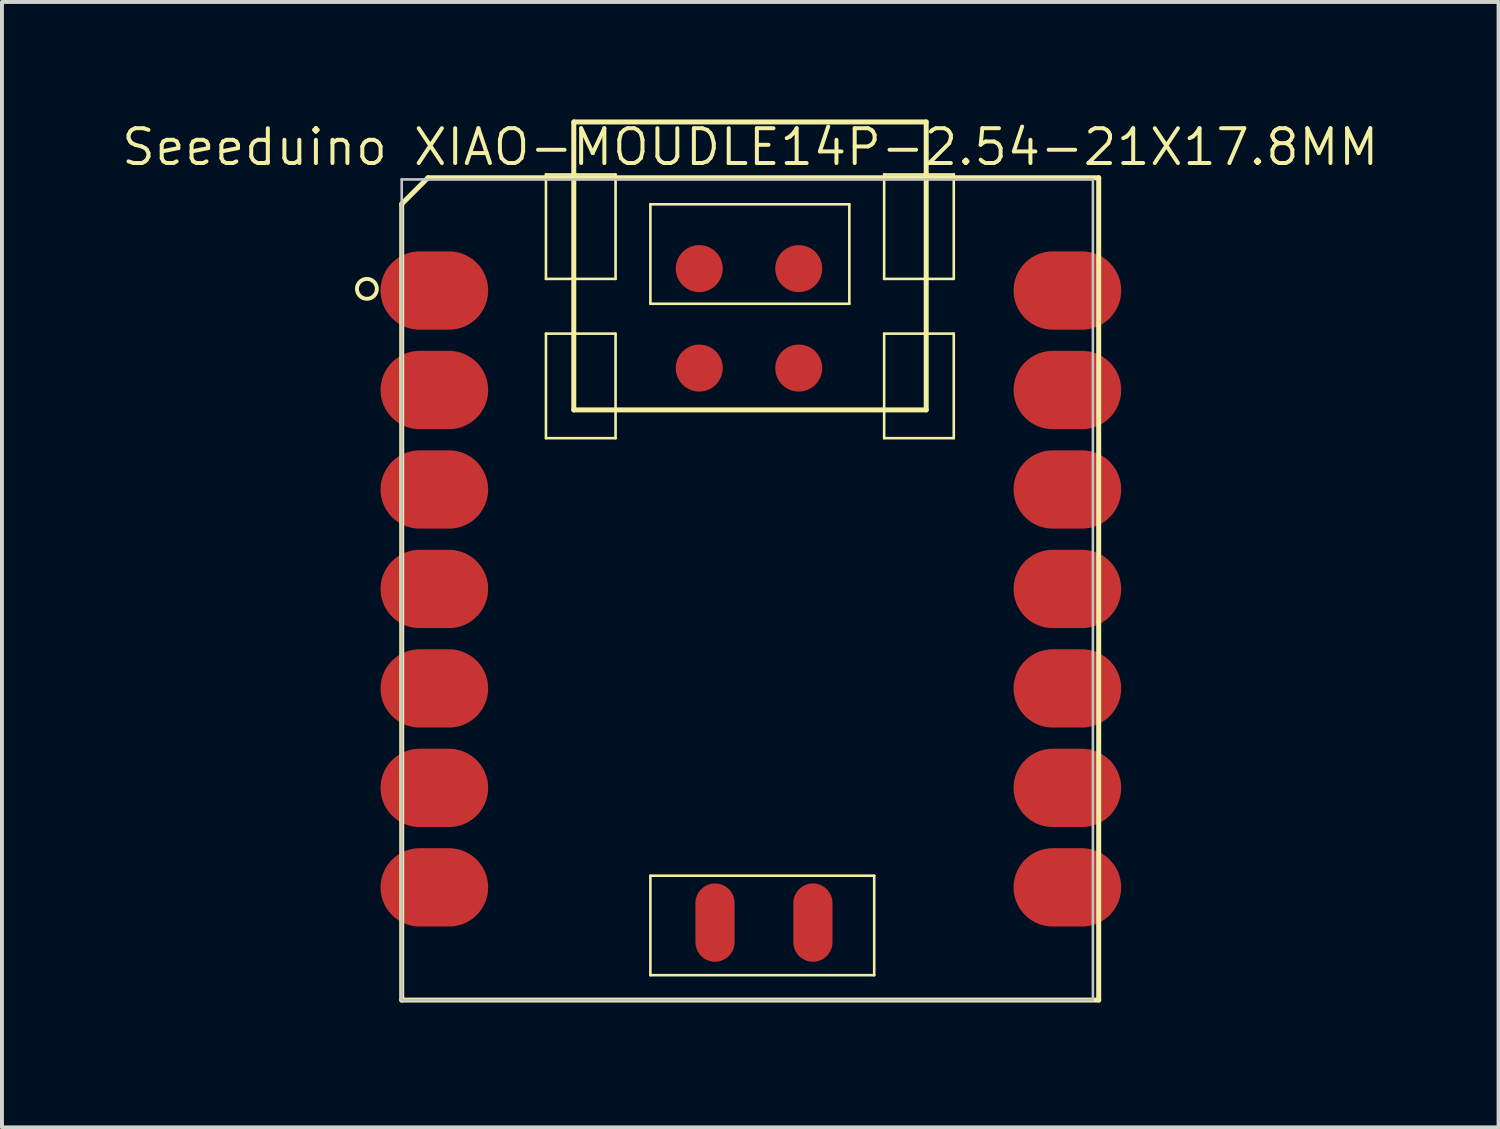
<source format=kicad_pcb>
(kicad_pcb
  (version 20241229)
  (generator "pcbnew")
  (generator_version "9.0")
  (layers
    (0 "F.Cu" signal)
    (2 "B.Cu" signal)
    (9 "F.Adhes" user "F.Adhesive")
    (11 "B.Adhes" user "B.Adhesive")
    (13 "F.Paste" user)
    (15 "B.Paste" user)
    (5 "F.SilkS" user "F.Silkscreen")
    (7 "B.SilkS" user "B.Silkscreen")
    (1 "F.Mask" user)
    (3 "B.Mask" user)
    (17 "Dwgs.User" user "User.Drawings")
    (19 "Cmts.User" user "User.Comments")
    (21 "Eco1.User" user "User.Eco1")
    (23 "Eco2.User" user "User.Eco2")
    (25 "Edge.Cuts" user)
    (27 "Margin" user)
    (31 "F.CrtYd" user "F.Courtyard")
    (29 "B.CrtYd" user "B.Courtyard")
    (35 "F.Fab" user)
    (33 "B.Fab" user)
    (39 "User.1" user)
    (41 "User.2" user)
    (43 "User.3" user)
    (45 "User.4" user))
  (footprint "Seeeduino XIAO-MOUDLE14P-2.54-21X17.8MM"
    (layer "F.Cu")
    (at 7.208 22.487)
    (property "Reference" "Seeeduino XIAO-MOUDLE14P-2.54-21X17.8MM" (at 8.9 -21.78 0) (layer "F.SilkS") (effects (font (size 0.889 0.889) (thickness 0.102))))
    (attr smd)
    (fp_line (start 0 -20.328) (end 0 0) (stroke (width 0.127) (type solid)) (layer "F.SilkS"))
    (fp_line (start 0 0) (end 17.798 0) (stroke (width 0.127) (type solid)) (layer "F.SilkS"))
    (fp_line (start 0.671 -20.998) (end 0 -20.328) (stroke (width 0.127) (type solid)) (layer "F.SilkS"))
    (fp_line (start 3.683 -21.082) (end 5.461 -21.082) (stroke (width 0.066) (type solid)) (layer "F.SilkS"))
    (fp_line (start 3.683 -18.415) (end 3.683 -21.082) (stroke (width 0.066) (type solid)) (layer "F.SilkS"))
    (fp_line (start 3.683 -18.415) (end 5.461 -18.415) (stroke (width 0.066) (type solid)) (layer "F.SilkS"))
    (fp_line (start 3.683 -17.018) (end 5.461 -17.018) (stroke (width 0.066) (type solid)) (layer "F.SilkS"))
    (fp_line (start 3.683 -14.348) (end 3.683 -17.018) (stroke (width 0.066) (type solid)) (layer "F.SilkS"))
    (fp_line (start 3.683 -14.348) (end 5.461 -14.348) (stroke (width 0.066) (type solid)) (layer "F.SilkS"))
    (fp_line (start 4.394 -15.07) (end 4.394 -22.423) (stroke (width 0.127) (type solid)) (layer "F.SilkS"))
    (fp_line (start 4.399 -22.423) (end 13.393 -22.423) (stroke (width 0.127) (type solid)) (layer "F.SilkS"))
    (fp_line (start 5.461 -18.415) (end 5.461 -21.082) (stroke (width 0.066) (type solid)) (layer "F.SilkS"))
    (fp_line (start 5.461 -14.348) (end 5.461 -17.018) (stroke (width 0.066) (type solid)) (layer "F.SilkS"))
    (fp_line (start 6.35 -20.32) (end 11.43 -20.32) (stroke (width 0.066) (type solid)) (layer "F.SilkS"))
    (fp_line (start 6.35 -17.78) (end 6.35 -20.32) (stroke (width 0.066) (type solid)) (layer "F.SilkS"))
    (fp_line (start 6.35 -17.78) (end 11.43 -17.78) (stroke (width 0.066) (type solid)) (layer "F.SilkS"))
    (fp_line (start 6.35 -3.175) (end 12.065 -3.175) (stroke (width 0.066) (type solid)) (layer "F.SilkS"))
    (fp_line (start 6.35 -0.635) (end 6.35 -3.175) (stroke (width 0.066) (type solid)) (layer "F.SilkS"))
    (fp_line (start 6.35 -0.635) (end 12.065 -0.635) (stroke (width 0.066) (type solid)) (layer "F.SilkS"))
    (fp_line (start 11.43 -17.78) (end 11.43 -20.32) (stroke (width 0.066) (type solid)) (layer "F.SilkS"))
    (fp_line (start 12.065 -0.635) (end 12.065 -3.175) (stroke (width 0.066) (type solid)) (layer "F.SilkS"))
    (fp_line (start 12.319 -21.082) (end 14.097 -21.082) (stroke (width 0.066) (type solid)) (layer "F.SilkS"))
    (fp_line (start 12.319 -18.415) (end 12.319 -21.082) (stroke (width 0.066) (type solid)) (layer "F.SilkS"))
    (fp_line (start 12.319 -18.415) (end 14.097 -18.415) (stroke (width 0.066) (type solid)) (layer "F.SilkS"))
    (fp_line (start 12.319 -17.018) (end 14.097 -17.018) (stroke (width 0.066) (type solid)) (layer "F.SilkS"))
    (fp_line (start 12.319 -14.348) (end 12.319 -17.018) (stroke (width 0.066) (type solid)) (layer "F.SilkS"))
    (fp_line (start 12.319 -14.348) (end 14.097 -14.348) (stroke (width 0.066) (type solid)) (layer "F.SilkS"))
    (fp_line (start 13.393 -22.423) (end 13.393 -15.07) (stroke (width 0.127) (type solid)) (layer "F.SilkS"))
    (fp_line (start 13.393 -15.07) (end 4.394 -15.07) (stroke (width 0.127) (type solid)) (layer "F.SilkS"))
    (fp_line (start 14.097 -18.415) (end 14.097 -21.082) (stroke (width 0.066) (type solid)) (layer "F.SilkS"))
    (fp_line (start 14.097 -14.348) (end 14.097 -17.018) (stroke (width 0.066) (type solid)) (layer "F.SilkS"))
    (fp_line (start 17.798 -20.998) (end 0.671 -20.998) (stroke (width 0.127) (type solid)) (layer "F.SilkS"))
    (fp_line (start 17.798 0) (end 17.798 -20.998) (stroke (width 0.127) (type solid)) (layer "F.SilkS"))
    (fp_circle (center -0.889 -18.161) (end -0.889 -18.415) (stroke (width 0.1) (type solid)) (fill no) (layer "F.SilkS"))
    (fp_line (start 0 -20.955) (end 17.65 -20.955) (stroke (width 0.066) (type solid)) (layer "Dwgs.User"))
    (fp_line (start 0 0) (end 0 -20.955) (stroke (width 0.066) (type solid)) (layer "Dwgs.User"))
    (fp_line (start 0 0) (end 17.65 0) (stroke (width 0.066) (type solid)) (layer "Dwgs.User"))
    (fp_line (start 17.65 0) (end 17.65 -20.955) (stroke (width 0.066) (type solid)) (layer "Dwgs.User"))
    (pad "1" smd oval (at 0.833 -18.118) (size 2.748 1.999) (layers "F.Cu" "F.Mask" "F.Paste"))
    (pad "2" smd oval (at 0.833 -15.578) (size 2.748 1.999) (layers "F.Cu" "F.Mask" "F.Paste"))
    (pad "3" smd oval (at 0.833 -13.038) (size 2.748 1.999) (layers "F.Cu" "F.Mask" "F.Paste"))
    (pad "4" smd oval (at 0.833 -10.498) (size 2.748 1.999) (layers "F.Cu" "F.Mask" "F.Paste"))
    (pad "5" smd oval (at 0.833 -7.958) (size 2.748 1.999) (layers "F.Cu" "F.Mask" "F.Paste"))
    (pad "6" smd oval (at 0.833 -5.418) (size 2.748 1.999) (layers "F.Cu" "F.Mask" "F.Paste"))
    (pad "7" smd oval (at 0.833 -2.878) (size 2.748 1.999) (layers "F.Cu" "F.Mask" "F.Paste"))
    (pad "8" smd oval (at 16.998 -2.878) (size 2.748 1.999) (layers "F.Cu" "F.Mask" "F.Paste"))
    (pad "9" smd oval (at 16.998 -5.418) (size 2.748 1.999) (layers "F.Cu" "F.Mask" "F.Paste"))
    (pad "10" smd oval (at 16.998 -7.958) (size 2.748 1.999) (layers "F.Cu" "F.Mask" "F.Paste"))
    (pad "11" smd oval (at 16.998 -10.498) (size 2.748 1.999) (layers "F.Cu" "F.Mask" "F.Paste"))
    (pad "12" smd oval (at 16.998 -13.038) (size 2.748 1.999) (layers "F.Cu" "F.Mask" "F.Paste"))
    (pad "13" smd oval (at 16.998 -15.578) (size 2.748 1.999) (layers "F.Cu" "F.Mask" "F.Paste"))
    (pad "14" smd oval (at 16.998 -18.118) (size 2.748 1.999) (layers "F.Cu" "F.Mask" "F.Paste"))
    (pad "15" smd oval (at 8 -1.978) (size 1 2) (layers "F.Cu" "F.Mask" "F.Paste"))
    (pad "16" smd oval (at 10.5 -1.978) (size 1 2) (layers "F.Cu" "F.Mask" "F.Paste"))
    (pad "TP2" smd circle (at 7.598 -16.138) (size 1.2 1.2) (layers "F.Cu" "F.Mask" "F.Paste"))
    (pad "TP3" smd circle (at 10.138 -18.678) (size 1.2 1.2) (layers "F.Cu" "F.Mask" "F.Paste"))
    (pad "TP4" smd circle (at 10.138 -16.138) (size 1.2 1.2) (layers "F.Cu" "F.Mask" "F.Paste"))
    (pad "TP5" smd circle (at 7.598 -18.678) (size 1.2 1.2) (layers "F.Cu" "F.Mask" "F.Paste")))
  (gr_rect
    (start -3 -3)
    (end 35.216 25.737)
    (stroke (width 0.1) (type default))
    (fill no)
    (layer "Edge.Cuts")))
</source>
